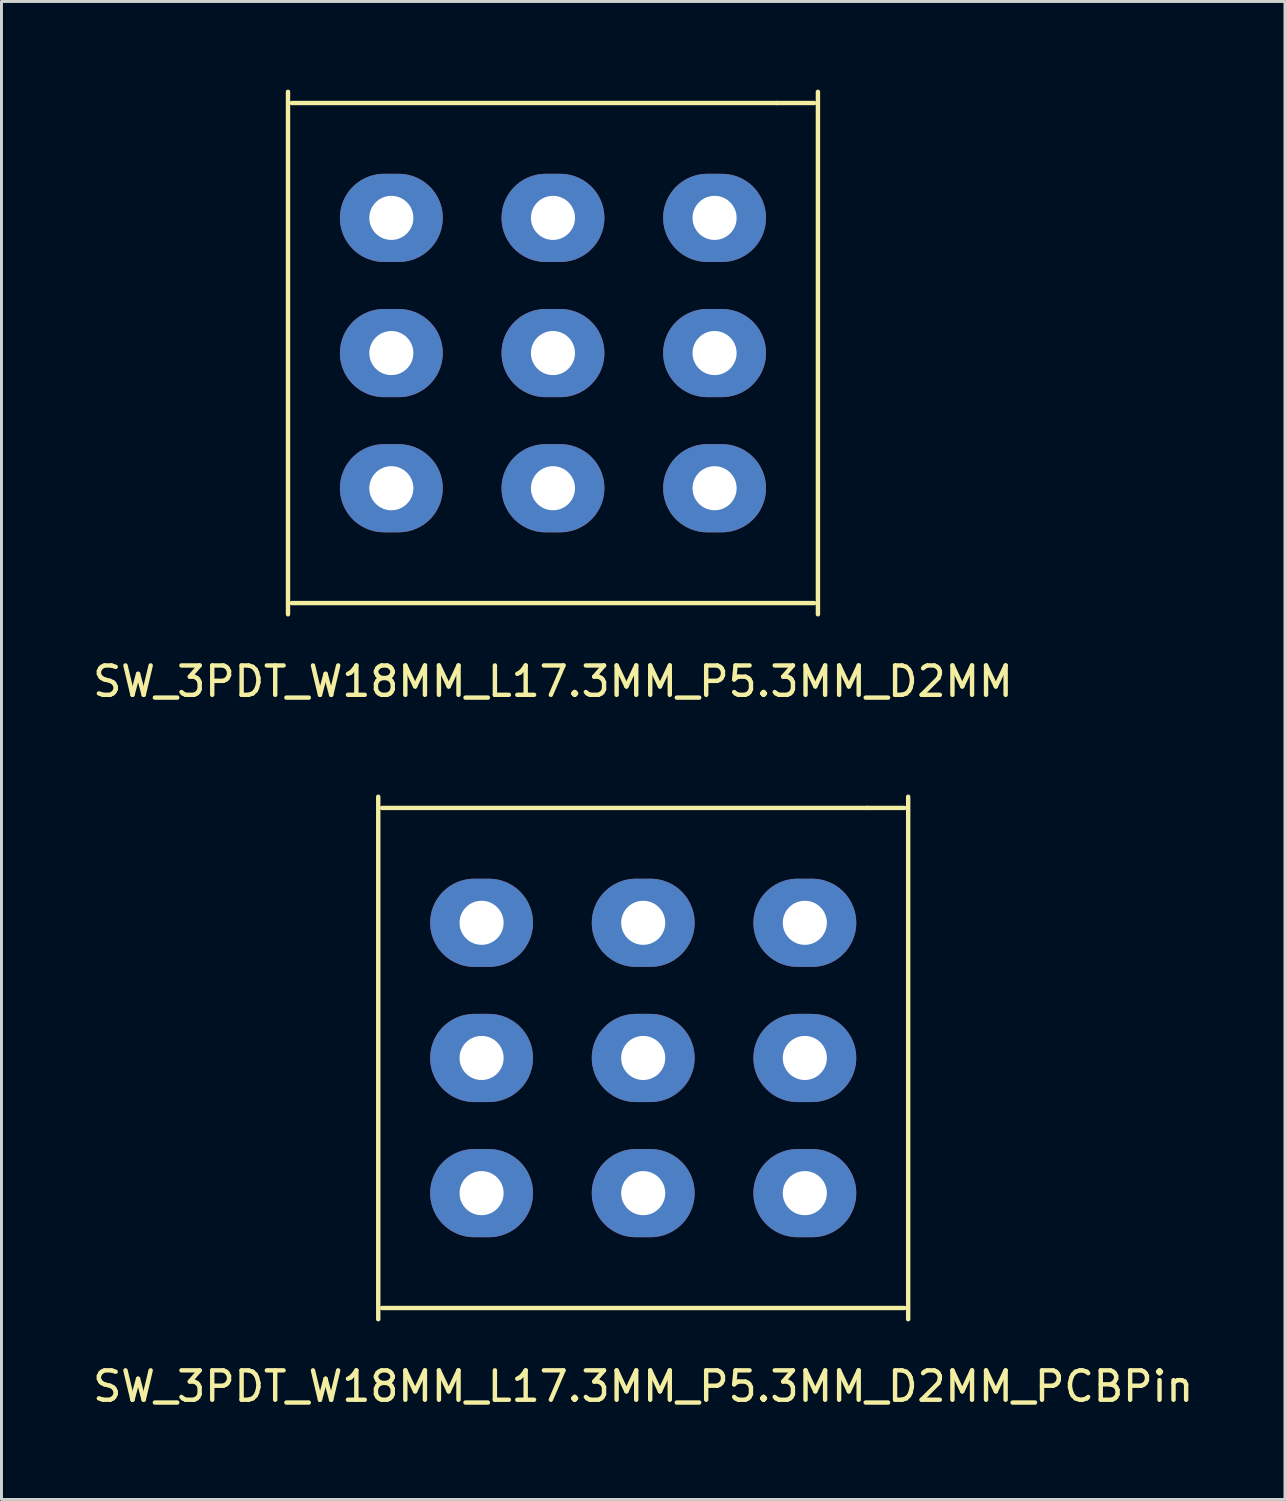
<source format=kicad_pcb>
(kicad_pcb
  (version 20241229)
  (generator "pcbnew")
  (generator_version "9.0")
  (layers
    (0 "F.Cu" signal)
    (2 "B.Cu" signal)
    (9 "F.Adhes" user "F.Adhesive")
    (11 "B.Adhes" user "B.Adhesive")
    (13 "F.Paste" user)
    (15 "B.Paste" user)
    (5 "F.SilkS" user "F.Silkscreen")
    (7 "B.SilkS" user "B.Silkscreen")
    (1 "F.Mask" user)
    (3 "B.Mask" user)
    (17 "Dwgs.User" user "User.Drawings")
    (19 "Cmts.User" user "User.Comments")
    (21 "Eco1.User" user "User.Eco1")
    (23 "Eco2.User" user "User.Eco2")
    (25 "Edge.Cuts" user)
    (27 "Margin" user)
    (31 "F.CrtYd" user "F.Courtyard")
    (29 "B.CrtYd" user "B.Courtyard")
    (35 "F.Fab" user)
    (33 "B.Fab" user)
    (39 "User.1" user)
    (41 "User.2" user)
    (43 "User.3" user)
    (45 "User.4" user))
  (footprint "SW_3PDT_W18MM_L17.3MM_P5.3MM_D2MM_PCBPin"
    (layer "F.Cu")
    (at 18.839 32.954)
    (property "Reference" "SW_3PDT_W18MM_L17.3MM_P5.3MM_D2MM_PCBPin" (at 0 11.176 0) (layer "F.SilkS") (effects (font (size 1 1) (thickness 0.15))))
    (attr through_hole)
    (fp_line (start -9.017 8.89) (end -9.017 -8.89) (stroke (width 0.15) (type solid)) (layer "F.SilkS"))
    (fp_line (start -8.89 -8.509) (end 7.62 -8.509) (stroke (width 0.15) (type solid)) (layer "F.SilkS"))
    (fp_line (start 7.62 -8.509) (end 8.89 -8.509) (stroke (width 0.15) (type solid)) (layer "F.SilkS"))
    (fp_line (start 8.89 8.509) (end -8.89 8.509) (stroke (width 0.15) (type solid)) (layer "F.SilkS"))
    (fp_line (start 9.017 -8.89) (end 9.017 8.89) (stroke (width 0.15) (type solid)) (layer "F.SilkS"))
    (pad "1" thru_hole oval (at -5.5 -4.6) (size 3.5 3) (drill 1.5) (layers "*.Cu" "*.Mask"))
    (pad "2" thru_hole oval (at -5.5 0) (size 3.5 3) (drill 1.5) (layers "*.Cu" "*.Mask"))
    (pad "3" thru_hole oval (at -5.5 4.6) (size 3.5 3) (drill 1.5) (layers "*.Cu" "*.Mask"))
    (pad "4" thru_hole oval (at 0 -4.6) (size 3.5 3) (drill 1.5) (layers "*.Cu" "*.Mask"))
    (pad "5" thru_hole oval (at 0 0) (size 3.5 3) (drill 1.5) (layers "*.Cu" "*.Mask"))
    (pad "6" thru_hole oval (at 0 4.6) (size 3.5 3) (drill 1.5) (layers "*.Cu" "*.Mask"))
    (pad "7" thru_hole oval (at 5.5 -4.6) (size 3.5 3) (drill 1.5) (layers "*.Cu" "*.Mask"))
    (pad "8" thru_hole oval (at 5.5 0) (size 3.5 3) (drill 1.5) (layers "*.Cu" "*.Mask"))
    (pad "9" thru_hole oval (at 5.5 4.6) (size 3.5 3) (drill 1.5) (layers "*.Cu" "*.Mask")))
  (footprint "SW_3PDT_W18MM_L17.3MM_P5.3MM_D2MM"
    (layer "F.Cu")
    (at 15.768 8.965)
    (property "Reference" "SW_3PDT_W18MM_L17.3MM_P5.3MM_D2MM" (at 0 11.176 0) (layer "F.SilkS") (effects (font (size 1 1) (thickness 0.15))))
    (attr through_hole)
    (fp_line (start -9.017 8.89) (end -9.017 -8.89) (stroke (width 0.15) (type solid)) (layer "F.SilkS"))
    (fp_line (start -8.89 -8.509) (end 7.62 -8.509) (stroke (width 0.15) (type solid)) (layer "F.SilkS"))
    (fp_line (start 7.62 -8.509) (end 8.89 -8.509) (stroke (width 0.15) (type solid)) (layer "F.SilkS"))
    (fp_line (start 8.89 8.509) (end -8.89 8.509) (stroke (width 0.15) (type solid)) (layer "F.SilkS"))
    (fp_line (start 9.017 -8.89) (end 9.017 8.89) (stroke (width 0.15) (type solid)) (layer "F.SilkS"))
    (pad "1" thru_hole oval (at -5.5 -4.6) (size 3.5 3) (drill 1.5) (layers "*.Cu" "*.Mask"))
    (pad "2" thru_hole oval (at -5.5 0) (size 3.5 3) (drill 1.5) (layers "*.Cu" "*.Mask"))
    (pad "3" thru_hole oval (at -5.5 4.6) (size 3.5 3) (drill 1.5) (layers "*.Cu" "*.Mask"))
    (pad "4" thru_hole oval (at 0 -4.6) (size 3.5 3) (drill 1.5) (layers "*.Cu" "*.Mask"))
    (pad "5" thru_hole oval (at 0 0) (size 3.5 3) (drill 1.5) (layers "*.Cu" "*.Mask"))
    (pad "6" thru_hole oval (at 0 4.6) (size 3.5 3) (drill 1.5) (layers "*.Cu" "*.Mask"))
    (pad "7" thru_hole oval (at 5.5 -4.6) (size 3.5 3) (drill 1.5) (layers "*.Cu" "*.Mask"))
    (pad "8" thru_hole oval (at 5.5 0) (size 3.5 3) (drill 1.5) (layers "*.Cu" "*.Mask"))
    (pad "9" thru_hole oval (at 5.5 4.6) (size 3.5 3) (drill 1.5) (layers "*.Cu" "*.Mask")))
  (gr_rect
    (start -3 -3)
    (end 40.679 47.978)
    (stroke (width 0.1) (type default))
    (fill no)
    (layer "Edge.Cuts")))
</source>
